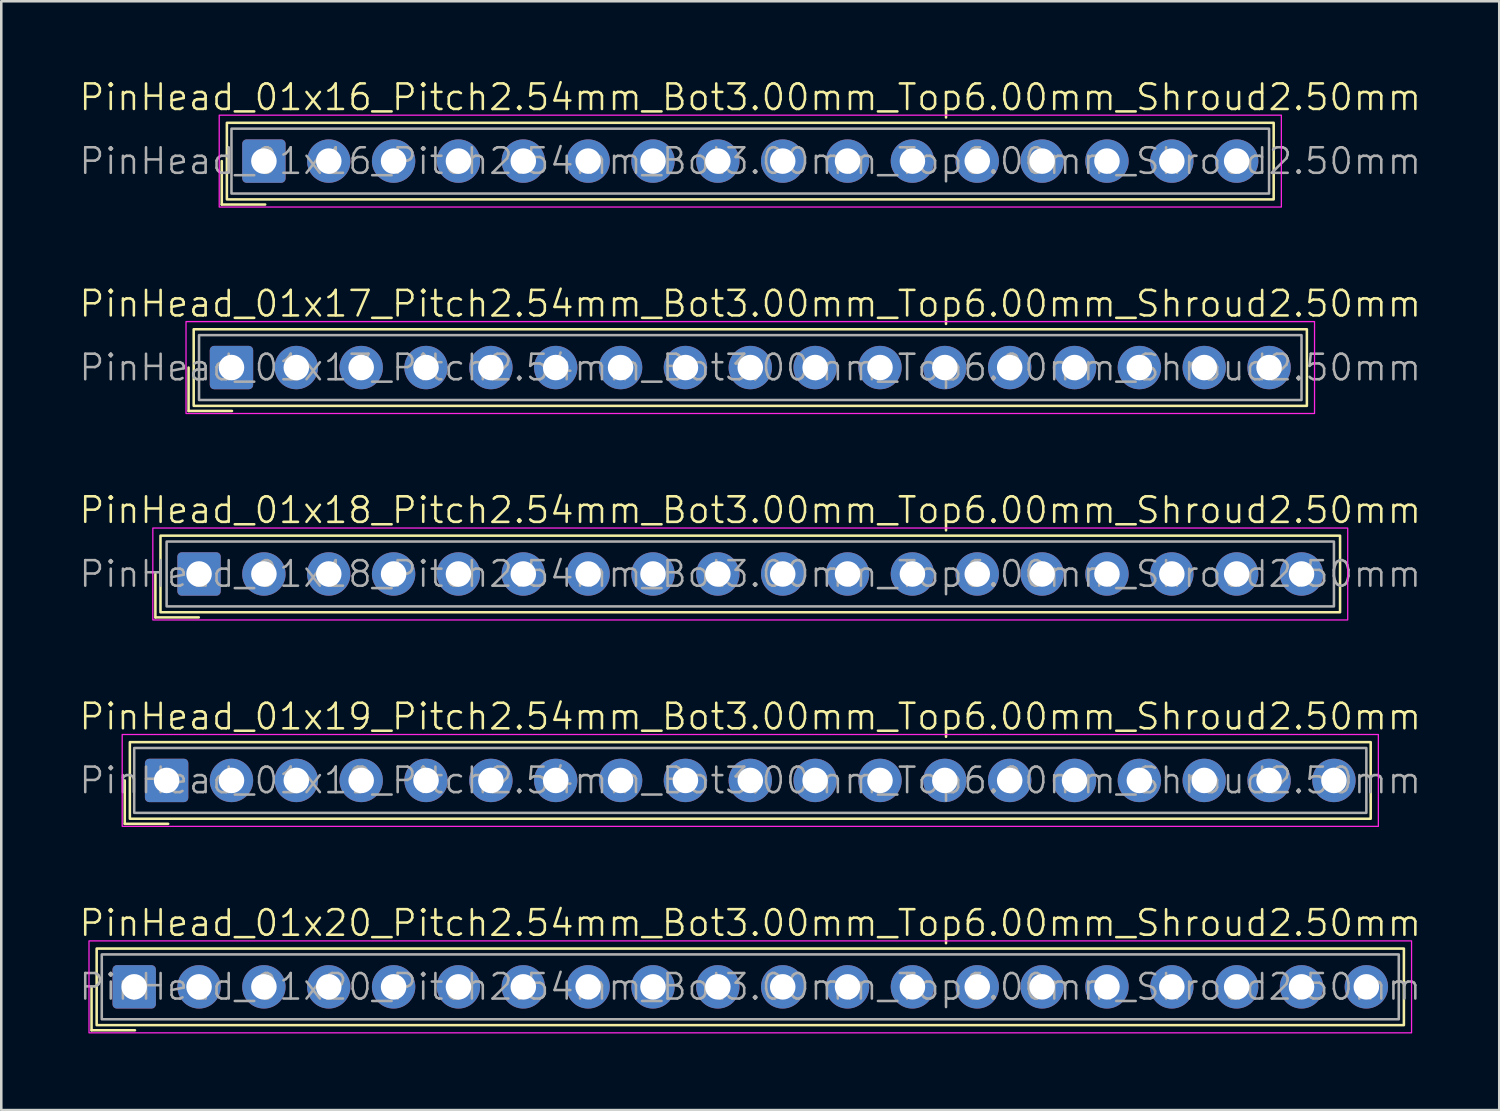
<source format=kicad_pcb>
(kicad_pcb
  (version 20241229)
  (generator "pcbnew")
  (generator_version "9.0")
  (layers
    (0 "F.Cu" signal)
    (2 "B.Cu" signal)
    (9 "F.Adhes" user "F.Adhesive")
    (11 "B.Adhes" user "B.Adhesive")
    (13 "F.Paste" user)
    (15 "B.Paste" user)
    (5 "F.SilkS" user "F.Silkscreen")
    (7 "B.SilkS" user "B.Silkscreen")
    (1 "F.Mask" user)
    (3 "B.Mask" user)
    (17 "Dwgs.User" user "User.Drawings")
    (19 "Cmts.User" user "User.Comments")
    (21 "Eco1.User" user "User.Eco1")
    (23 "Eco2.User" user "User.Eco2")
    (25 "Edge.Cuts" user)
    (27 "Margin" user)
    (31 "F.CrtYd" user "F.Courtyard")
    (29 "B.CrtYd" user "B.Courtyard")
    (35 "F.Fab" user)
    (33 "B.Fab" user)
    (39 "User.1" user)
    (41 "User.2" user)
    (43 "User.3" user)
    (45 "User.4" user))
  (footprint "PinHead_01x20_Pitch2.54mm_Bot3.00mm_Top6.00mm_Shroud2.50mm"
    (layer "F.Cu")
    (at 26.336 35.602)
    (property "Reference" "PinHead_01x20_Pitch2.54mm_Bot3.00mm_Top6.00mm_Shroud2.50mm" (at 0 -2.5 0) (unlocked yes) (layer "F.SilkS") (effects (font (size 1 1) (thickness 0.1))))
    (attr through_hole)
    (fp_line (start -25.8 0) (end -25.8 1.7) (stroke (width 0.1) (type default)) (layer "F.SilkS"))
    (fp_line (start -25.8 1.7) (end -24.1 1.7) (stroke (width 0.1) (type default)) (layer "F.SilkS"))
    (fp_rect (start -25.6 -1.5) (end 25.6 1.5) (stroke (width 0.1) (type default)) (fill no) (layer "F.SilkS"))
    (fp_rect (start -25.9 1.8) (end 25.9 -1.8) (stroke (width 0.05) (type default)) (fill no) (layer "F.CrtYd"))
    (fp_rect (start -25.4 -1.27) (end 25.4 1.27) (stroke (width 0.1) (type default)) (fill no) (layer "F.Fab"))
    (fp_text user "${REFERENCE}" (at 0 0 0) (unlocked yes) (layer "F.Fab") (effects (font (size 1 1) (thickness 0.1))))
    (pad "1" thru_hole roundrect (at -24.13 0) (size 1.7 1.7) (drill 1) (layers "*.Cu" "*.Mask") (roundrect_rratio 0.1))
    (pad "2" thru_hole circle (at -21.59 0) (size 1.7 1.7) (drill 1) (layers "*.Cu" "*.Mask"))
    (pad "3" thru_hole circle (at -19.05 0) (size 1.7 1.7) (drill 1) (layers "*.Cu" "*.Mask"))
    (pad "4" thru_hole circle (at -16.51 0) (size 1.7 1.7) (drill 1) (layers "*.Cu" "*.Mask"))
    (pad "5" thru_hole circle (at -13.97 0) (size 1.7 1.7) (drill 1) (layers "*.Cu" "*.Mask"))
    (pad "6" thru_hole circle (at -11.43 0) (size 1.7 1.7) (drill 1) (layers "*.Cu" "*.Mask"))
    (pad "7" thru_hole circle (at -8.89 0) (size 1.7 1.7) (drill 1) (layers "*.Cu" "*.Mask"))
    (pad "8" thru_hole circle (at -6.35 0) (size 1.7 1.7) (drill 1) (layers "*.Cu" "*.Mask"))
    (pad "9" thru_hole circle (at -3.81 0) (size 1.7 1.7) (drill 1) (layers "*.Cu" "*.Mask"))
    (pad "10" thru_hole circle (at -1.27 0) (size 1.7 1.7) (drill 1) (layers "*.Cu" "*.Mask"))
    (pad "11" thru_hole circle (at 1.27 0) (size 1.7 1.7) (drill 1) (layers "*.Cu" "*.Mask"))
    (pad "12" thru_hole circle (at 3.81 0) (size 1.7 1.7) (drill 1) (layers "*.Cu" "*.Mask"))
    (pad "13" thru_hole circle (at 6.35 0) (size 1.7 1.7) (drill 1) (layers "*.Cu" "*.Mask"))
    (pad "14" thru_hole circle (at 8.89 0) (size 1.7 1.7) (drill 1) (layers "*.Cu" "*.Mask"))
    (pad "15" thru_hole circle (at 11.43 0) (size 1.7 1.7) (drill 1) (layers "*.Cu" "*.Mask"))
    (pad "16" thru_hole circle (at 13.97 0) (size 1.7 1.7) (drill 1) (layers "*.Cu" "*.Mask"))
    (pad "17" thru_hole circle (at 16.51 0) (size 1.7 1.7) (drill 1) (layers "*.Cu" "*.Mask"))
    (pad "18" thru_hole circle (at 19.05 0) (size 1.7 1.7) (drill 1) (layers "*.Cu" "*.Mask"))
    (pad "19" thru_hole circle (at 21.59 0) (size 1.7 1.7) (drill 1) (layers "*.Cu" "*.Mask"))
    (pad "20" thru_hole circle (at 24.13 0) (size 1.7 1.7) (drill 1) (layers "*.Cu" "*.Mask")))
  (footprint "PinHead_01x18_Pitch2.54mm_Bot3.00mm_Top6.00mm_Shroud2.50mm"
    (layer "F.Cu")
    (at 26.336 19.431)
    (property "Reference" "PinHead_01x18_Pitch2.54mm_Bot3.00mm_Top6.00mm_Shroud2.50mm" (at 0 -2.5 0) (unlocked yes) (layer "F.SilkS") (effects (font (size 1 1) (thickness 0.1))))
    (attr through_hole)
    (fp_line (start -23.3 0) (end -23.3 1.7) (stroke (width 0.1) (type default)) (layer "F.SilkS"))
    (fp_line (start -23.3 1.7) (end -21.6 1.7) (stroke (width 0.1) (type default)) (layer "F.SilkS"))
    (fp_rect (start -23.1 -1.5) (end 23.1 1.5) (stroke (width 0.1) (type default)) (fill no) (layer "F.SilkS"))
    (fp_rect (start -23.4 1.8) (end 23.4 -1.8) (stroke (width 0.05) (type default)) (fill no) (layer "F.CrtYd"))
    (fp_rect (start -22.86 -1.27) (end 22.86 1.27) (stroke (width 0.1) (type default)) (fill no) (layer "F.Fab"))
    (fp_text user "${REFERENCE}" (at 0 0 0) (unlocked yes) (layer "F.Fab") (effects (font (size 1 1) (thickness 0.1))))
    (pad "1" thru_hole roundrect (at -21.59 0) (size 1.7 1.7) (drill 1) (layers "*.Cu" "*.Mask") (roundrect_rratio 0.1))
    (pad "2" thru_hole circle (at -19.05 0) (size 1.7 1.7) (drill 1) (layers "*.Cu" "*.Mask"))
    (pad "3" thru_hole circle (at -16.51 0) (size 1.7 1.7) (drill 1) (layers "*.Cu" "*.Mask"))
    (pad "4" thru_hole circle (at -13.97 0) (size 1.7 1.7) (drill 1) (layers "*.Cu" "*.Mask"))
    (pad "5" thru_hole circle (at -11.43 0) (size 1.7 1.7) (drill 1) (layers "*.Cu" "*.Mask"))
    (pad "6" thru_hole circle (at -8.89 0) (size 1.7 1.7) (drill 1) (layers "*.Cu" "*.Mask"))
    (pad "7" thru_hole circle (at -6.35 0) (size 1.7 1.7) (drill 1) (layers "*.Cu" "*.Mask"))
    (pad "8" thru_hole circle (at -3.81 0) (size 1.7 1.7) (drill 1) (layers "*.Cu" "*.Mask"))
    (pad "9" thru_hole circle (at -1.27 0) (size 1.7 1.7) (drill 1) (layers "*.Cu" "*.Mask"))
    (pad "10" thru_hole circle (at 1.27 0) (size 1.7 1.7) (drill 1) (layers "*.Cu" "*.Mask"))
    (pad "11" thru_hole circle (at 3.81 0) (size 1.7 1.7) (drill 1) (layers "*.Cu" "*.Mask"))
    (pad "12" thru_hole circle (at 6.35 0) (size 1.7 1.7) (drill 1) (layers "*.Cu" "*.Mask"))
    (pad "13" thru_hole circle (at 8.89 0) (size 1.7 1.7) (drill 1) (layers "*.Cu" "*.Mask"))
    (pad "14" thru_hole circle (at 11.43 0) (size 1.7 1.7) (drill 1) (layers "*.Cu" "*.Mask"))
    (pad "15" thru_hole circle (at 13.97 0) (size 1.7 1.7) (drill 1) (layers "*.Cu" "*.Mask"))
    (pad "16" thru_hole circle (at 16.51 0) (size 1.7 1.7) (drill 1) (layers "*.Cu" "*.Mask"))
    (pad "17" thru_hole circle (at 19.05 0) (size 1.7 1.7) (drill 1) (layers "*.Cu" "*.Mask"))
    (pad "18" thru_hole circle (at 21.59 0) (size 1.7 1.7) (drill 1) (layers "*.Cu" "*.Mask")))
  (footprint "PinHead_01x16_Pitch2.54mm_Bot3.00mm_Top6.00mm_Shroud2.50mm"
    (layer "F.Cu")
    (at 26.336 3.26)
    (property "Reference" "PinHead_01x16_Pitch2.54mm_Bot3.00mm_Top6.00mm_Shroud2.50mm" (at 0 -2.5 0) (unlocked yes) (layer "F.SilkS") (effects (font (size 1 1) (thickness 0.1))))
    (attr through_hole)
    (fp_line (start -20.7 0) (end -20.7 1.7) (stroke (width 0.1) (type default)) (layer "F.SilkS"))
    (fp_line (start -20.7 1.7) (end -19 1.7) (stroke (width 0.1) (type default)) (layer "F.SilkS"))
    (fp_rect (start -20.5 -1.5) (end 20.5 1.5) (stroke (width 0.1) (type default)) (fill no) (layer "F.SilkS"))
    (fp_rect (start -20.8 1.8) (end 20.8 -1.8) (stroke (width 0.05) (type default)) (fill no) (layer "F.CrtYd"))
    (fp_rect (start -20.32 -1.27) (end 20.32 1.27) (stroke (width 0.1) (type default)) (fill no) (layer "F.Fab"))
    (fp_text user "${REFERENCE}" (at 0 0 0) (unlocked yes) (layer "F.Fab") (effects (font (size 1 1) (thickness 0.1))))
    (pad "1" thru_hole roundrect (at -19.05 0) (size 1.7 1.7) (drill 1) (layers "*.Cu" "*.Mask") (roundrect_rratio 0.1))
    (pad "2" thru_hole circle (at -16.51 0) (size 1.7 1.7) (drill 1) (layers "*.Cu" "*.Mask"))
    (pad "3" thru_hole circle (at -13.97 0) (size 1.7 1.7) (drill 1) (layers "*.Cu" "*.Mask"))
    (pad "4" thru_hole circle (at -11.43 0) (size 1.7 1.7) (drill 1) (layers "*.Cu" "*.Mask"))
    (pad "5" thru_hole circle (at -8.89 0) (size 1.7 1.7) (drill 1) (layers "*.Cu" "*.Mask"))
    (pad "6" thru_hole circle (at -6.35 0) (size 1.7 1.7) (drill 1) (layers "*.Cu" "*.Mask"))
    (pad "7" thru_hole circle (at -3.81 0) (size 1.7 1.7) (drill 1) (layers "*.Cu" "*.Mask"))
    (pad "8" thru_hole circle (at -1.27 0) (size 1.7 1.7) (drill 1) (layers "*.Cu" "*.Mask"))
    (pad "9" thru_hole circle (at 1.27 0) (size 1.7 1.7) (drill 1) (layers "*.Cu" "*.Mask"))
    (pad "10" thru_hole circle (at 3.81 0) (size 1.7 1.7) (drill 1) (layers "*.Cu" "*.Mask"))
    (pad "11" thru_hole circle (at 6.35 0) (size 1.7 1.7) (drill 1) (layers "*.Cu" "*.Mask"))
    (pad "12" thru_hole circle (at 8.89 0) (size 1.7 1.7) (drill 1) (layers "*.Cu" "*.Mask"))
    (pad "13" thru_hole circle (at 11.43 0) (size 1.7 1.7) (drill 1) (layers "*.Cu" "*.Mask"))
    (pad "14" thru_hole circle (at 13.97 0) (size 1.7 1.7) (drill 1) (layers "*.Cu" "*.Mask"))
    (pad "15" thru_hole circle (at 16.51 0) (size 1.7 1.7) (drill 1) (layers "*.Cu" "*.Mask"))
    (pad "16" thru_hole circle (at 19.05 0) (size 1.7 1.7) (drill 1) (layers "*.Cu" "*.Mask")))
  (footprint "PinHead_01x17_Pitch2.54mm_Bot3.00mm_Top6.00mm_Shroud2.50mm"
    (layer "F.Cu")
    (at 26.336 11.346)
    (property "Reference" "PinHead_01x17_Pitch2.54mm_Bot3.00mm_Top6.00mm_Shroud2.50mm" (at 0 -2.5 0) (unlocked yes) (layer "F.SilkS") (effects (font (size 1 1) (thickness 0.1))))
    (attr through_hole)
    (fp_line (start -22 0) (end -22 1.7) (stroke (width 0.1) (type default)) (layer "F.SilkS"))
    (fp_line (start -22 1.7) (end -20.3 1.7) (stroke (width 0.1) (type default)) (layer "F.SilkS"))
    (fp_rect (start -21.8 -1.5) (end 21.8 1.5) (stroke (width 0.1) (type default)) (fill no) (layer "F.SilkS"))
    (fp_rect (start -22.1 1.8) (end 22.1 -1.8) (stroke (width 0.05) (type default)) (fill no) (layer "F.CrtYd"))
    (fp_rect (start -21.59 -1.27) (end 21.59 1.27) (stroke (width 0.1) (type default)) (fill no) (layer "F.Fab"))
    (fp_text user "${REFERENCE}" (at 0 0 0) (unlocked yes) (layer "F.Fab") (effects (font (size 1 1) (thickness 0.1))))
    (pad "1" thru_hole roundrect (at -20.32 0) (size 1.7 1.7) (drill 1) (layers "*.Cu" "*.Mask") (roundrect_rratio 0.1))
    (pad "2" thru_hole circle (at -17.78 0) (size 1.7 1.7) (drill 1) (layers "*.Cu" "*.Mask"))
    (pad "3" thru_hole circle (at -15.24 0) (size 1.7 1.7) (drill 1) (layers "*.Cu" "*.Mask"))
    (pad "4" thru_hole circle (at -12.7 0) (size 1.7 1.7) (drill 1) (layers "*.Cu" "*.Mask"))
    (pad "5" thru_hole circle (at -10.16 0) (size 1.7 1.7) (drill 1) (layers "*.Cu" "*.Mask"))
    (pad "6" thru_hole circle (at -7.62 0) (size 1.7 1.7) (drill 1) (layers "*.Cu" "*.Mask"))
    (pad "7" thru_hole circle (at -5.08 0) (size 1.7 1.7) (drill 1) (layers "*.Cu" "*.Mask"))
    (pad "8" thru_hole circle (at -2.54 0) (size 1.7 1.7) (drill 1) (layers "*.Cu" "*.Mask"))
    (pad "9" thru_hole circle (at 0 0) (size 1.7 1.7) (drill 1) (layers "*.Cu" "*.Mask"))
    (pad "10" thru_hole circle (at 2.54 0) (size 1.7 1.7) (drill 1) (layers "*.Cu" "*.Mask"))
    (pad "11" thru_hole circle (at 5.08 0) (size 1.7 1.7) (drill 1) (layers "*.Cu" "*.Mask"))
    (pad "12" thru_hole circle (at 7.62 0) (size 1.7 1.7) (drill 1) (layers "*.Cu" "*.Mask"))
    (pad "13" thru_hole circle (at 10.16 0) (size 1.7 1.7) (drill 1) (layers "*.Cu" "*.Mask"))
    (pad "14" thru_hole circle (at 12.7 0) (size 1.7 1.7) (drill 1) (layers "*.Cu" "*.Mask"))
    (pad "15" thru_hole circle (at 15.24 0) (size 1.7 1.7) (drill 1) (layers "*.Cu" "*.Mask"))
    (pad "16" thru_hole circle (at 17.78 0) (size 1.7 1.7) (drill 1) (layers "*.Cu" "*.Mask"))
    (pad "17" thru_hole circle (at 20.32 0) (size 1.7 1.7) (drill 1) (layers "*.Cu" "*.Mask")))
  (footprint "PinHead_01x19_Pitch2.54mm_Bot3.00mm_Top6.00mm_Shroud2.50mm"
    (layer "F.Cu")
    (at 26.336 27.517)
    (property "Reference" "PinHead_01x19_Pitch2.54mm_Bot3.00mm_Top6.00mm_Shroud2.50mm" (at 0 -2.5 0) (unlocked yes) (layer "F.SilkS") (effects (font (size 1 1) (thickness 0.1))))
    (attr through_hole)
    (fp_line (start -24.5 0) (end -24.5 1.7) (stroke (width 0.1) (type default)) (layer "F.SilkS"))
    (fp_line (start -24.5 1.7) (end -22.8 1.7) (stroke (width 0.1) (type default)) (layer "F.SilkS"))
    (fp_rect (start -24.3 -1.5) (end 24.3 1.5) (stroke (width 0.1) (type default)) (fill no) (layer "F.SilkS"))
    (fp_rect (start -24.6 1.8) (end 24.6 -1.8) (stroke (width 0.05) (type default)) (fill no) (layer "F.CrtYd"))
    (fp_rect (start -24.13 -1.27) (end 24.13 1.27) (stroke (width 0.1) (type default)) (fill no) (layer "F.Fab"))
    (fp_text user "${REFERENCE}" (at 0 0 0) (unlocked yes) (layer "F.Fab") (effects (font (size 1 1) (thickness 0.1))))
    (pad "1" thru_hole roundrect (at -22.86 0) (size 1.7 1.7) (drill 1) (layers "*.Cu" "*.Mask") (roundrect_rratio 0.1))
    (pad "2" thru_hole circle (at -20.32 0) (size 1.7 1.7) (drill 1) (layers "*.Cu" "*.Mask"))
    (pad "3" thru_hole circle (at -17.78 0) (size 1.7 1.7) (drill 1) (layers "*.Cu" "*.Mask"))
    (pad "4" thru_hole circle (at -15.24 0) (size 1.7 1.7) (drill 1) (layers "*.Cu" "*.Mask"))
    (pad "5" thru_hole circle (at -12.7 0) (size 1.7 1.7) (drill 1) (layers "*.Cu" "*.Mask"))
    (pad "6" thru_hole circle (at -10.16 0) (size 1.7 1.7) (drill 1) (layers "*.Cu" "*.Mask"))
    (pad "7" thru_hole circle (at -7.62 0) (size 1.7 1.7) (drill 1) (layers "*.Cu" "*.Mask"))
    (pad "8" thru_hole circle (at -5.08 0) (size 1.7 1.7) (drill 1) (layers "*.Cu" "*.Mask"))
    (pad "9" thru_hole circle (at -2.54 0) (size 1.7 1.7) (drill 1) (layers "*.Cu" "*.Mask"))
    (pad "10" thru_hole circle (at 0 0) (size 1.7 1.7) (drill 1) (layers "*.Cu" "*.Mask"))
    (pad "11" thru_hole circle (at 2.54 0) (size 1.7 1.7) (drill 1) (layers "*.Cu" "*.Mask"))
    (pad "12" thru_hole circle (at 5.08 0) (size 1.7 1.7) (drill 1) (layers "*.Cu" "*.Mask"))
    (pad "13" thru_hole circle (at 7.62 0) (size 1.7 1.7) (drill 1) (layers "*.Cu" "*.Mask"))
    (pad "14" thru_hole circle (at 10.16 0) (size 1.7 1.7) (drill 1) (layers "*.Cu" "*.Mask"))
    (pad "15" thru_hole circle (at 12.7 0) (size 1.7 1.7) (drill 1) (layers "*.Cu" "*.Mask"))
    (pad "16" thru_hole circle (at 15.24 0) (size 1.7 1.7) (drill 1) (layers "*.Cu" "*.Mask"))
    (pad "17" thru_hole circle (at 17.78 0) (size 1.7 1.7) (drill 1) (layers "*.Cu" "*.Mask"))
    (pad "18" thru_hole circle (at 20.32 0) (size 1.7 1.7) (drill 1) (layers "*.Cu" "*.Mask"))
    (pad "19" thru_hole circle (at 22.86 0) (size 1.7 1.7) (drill 1) (layers "*.Cu" "*.Mask")))
  (gr_rect
    (start -3 -3)
    (end 55.671 40.428)
    (stroke (width 0.1) (type default))
    (fill no)
    (layer "Edge.Cuts")))
</source>
